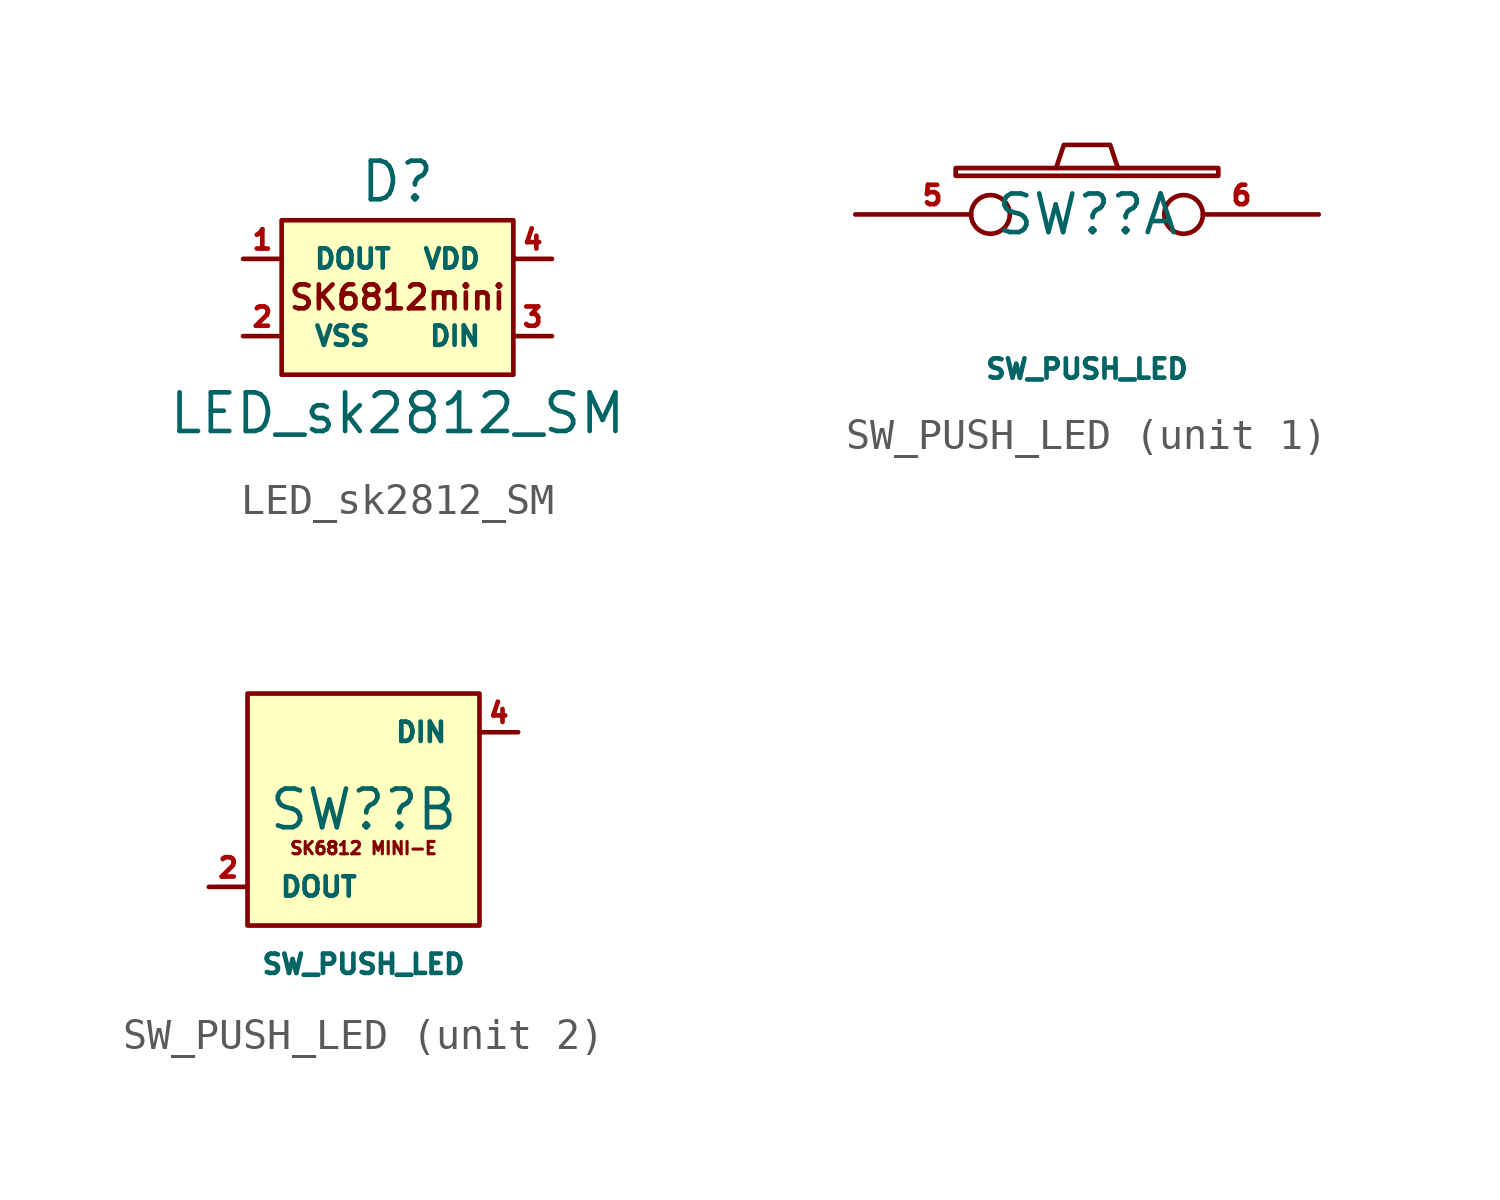
<source format=kicad_sym>
(kicad_symbol_lib
  (version 20220914)
  (generator kicad_symbol_editor)
  (symbol "LED_sk2812_SM"
    (pin_names
      (offset 1.016))
    (property "Reference" "D"
      (at 0 3.81 0)
      (effects (font (size 1.27 1.27))))
    (property "Value" "LED_sk2812_SM"
      (at 0 -3.81 0)
      (effects (font (size 1.27 1.27))))
    (symbol "LED_sk2812_SM_1_1"
      (rectangle (start 3.81 -2.54) (end -3.81 2.54) (stroke (width 0) (type default)) (fill (type background)))
      (text "SK6812mini" (at 0 0 0) (effects (font (size 0.787 0.787))))
      (pin output line (at -5.08 1.27 0) (length 1.27) (name "DOUT" (effects (font (size 0.635 0.635)))) (number "1" (effects (font (size 0.635 0.635)))))
      (pin power_in line (at -5.08 -1.27 0) (length 1.27) (name "VSS" (effects (font (size 0.635 0.635)))) (number "2" (effects (font (size 0.635 0.635)))))
      (pin input line (at 5.08 -1.27 180) (length 1.27) (name "DIN" (effects (font (size 0.635 0.635)))) (number "3" (effects (font (size 0.635 0.635)))))
      (pin power_in line (at 5.08 1.27 180) (length 1.27) (name "VDD" (effects (font (size 0.635 0.635)))) (number "4" (effects (font (size 0.635 0.635)))))))
  (symbol "SW_PUSH_LED"
    (pin_names
      (offset 1.016))
    (property "Reference" "SW?"
      (at 0 0 0)
      (effects (font (size 1.27 1.27))))
    (property "Value" "SW_PUSH_LED"
      (at 0 -5.08 0)
      (effects (font (size 0.635 0.635))))
    (property "ki_locked" ""
      (at 0 0 0)
      (effects (font (size 1.27 1.27))))
    (symbol "SW_PUSH_LED_1_1"
      (rectangle (start -4.318 1.27) (end 4.318 1.524) (stroke (width 0) (type default)) (fill (type none)))
      (polyline (pts (xy -1.016 1.524) (xy -0.762 2.286) (xy 0.762 2.286) (xy 1.016 1.524)) (stroke (width 0) (type default)) (fill (type none)))
      (pin passive inverted (at -7.62 0 0) (length 5.08) (name "~" (effects (font (size 0.61 0.61)))) (number "5" (effects (font (size 0.635 0.635)))))
      (pin passive inverted (at 7.62 0 180) (length 5.08) (name "~" (effects (font (size 0.61 0.61)))) (number "6" (effects (font (size 0.635 0.635))))))
    (symbol "SW_PUSH_LED_2_0"
      (text "SK6812 MINI-E" (at 0 -1.27 0) (effects (font (size 0.406 0.406)))))
    (symbol "SW_PUSH_LED_2_1"
      (rectangle (start 3.81 -3.81) (end -3.81 3.81) (stroke (width 0) (type default)) (fill (type background)))
      (pin power_in line (at -5.08 2.54 0) (length 1.27) hide (name "VDD" (effects (font (size 0.635 0.635)))) (number "1" (effects (font (size 0.635 0.635)))))
      (pin output line (at -5.08 -2.54 0) (length 1.27) (name "DOUT" (effects (font (size 0.635 0.635)))) (number "2" (effects (font (size 0.635 0.635)))))
      (pin power_in line (at 5.08 -2.54 180) (length 1.27) hide (name "GND" (effects (font (size 0.635 0.635)))) (number "3" (effects (font (size 0.635 0.635)))))
      (pin input line (at 5.08 2.54 180) (length 1.27) (name "DIN" (effects (font (size 0.635 0.635)))) (number "4" (effects (font (size 0.635 0.635))))))))
</source>
